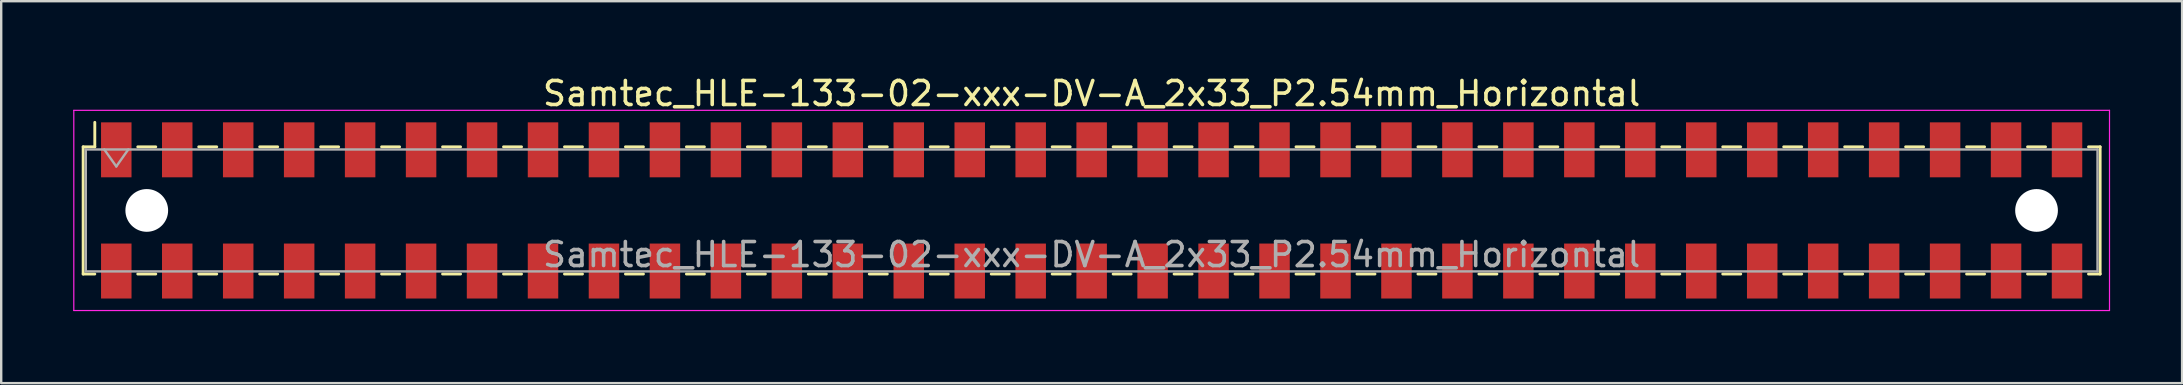
<source format=kicad_pcb>
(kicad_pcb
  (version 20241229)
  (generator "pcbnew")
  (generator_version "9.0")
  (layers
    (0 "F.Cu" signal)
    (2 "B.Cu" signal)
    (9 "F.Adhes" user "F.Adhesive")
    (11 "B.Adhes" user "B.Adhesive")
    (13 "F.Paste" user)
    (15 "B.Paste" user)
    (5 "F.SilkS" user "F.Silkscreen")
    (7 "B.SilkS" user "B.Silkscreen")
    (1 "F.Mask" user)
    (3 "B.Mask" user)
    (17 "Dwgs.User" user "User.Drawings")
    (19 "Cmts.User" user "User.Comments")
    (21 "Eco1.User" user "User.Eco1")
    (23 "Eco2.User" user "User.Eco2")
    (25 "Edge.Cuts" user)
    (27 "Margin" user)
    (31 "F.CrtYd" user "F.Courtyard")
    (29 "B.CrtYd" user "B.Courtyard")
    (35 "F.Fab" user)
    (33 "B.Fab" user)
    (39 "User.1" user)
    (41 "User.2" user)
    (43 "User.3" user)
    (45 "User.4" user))
  (footprint "Samtec_HLE-133-02-xxx-DV-A_2x33_P2.54mm_Horizontal"
    (layer "F.Cu")
    (at 42.435 5.718)
    (property "Reference" "Samtec_HLE-133-02-xxx-DV-A_2x33_P2.54mm_Horizontal" (at 0 -4.87 0) (layer "F.SilkS") (effects (font (size 1 1) (thickness 0.15))))
    (attr smd)
    (fp_line (start -42.02 -2.65) (end -42.02 2.65) (stroke (width 0.12) (type solid)) (layer "F.SilkS"))
    (fp_line (start -42.02 2.65) (end -41.535 2.65) (stroke (width 0.12) (type solid)) (layer "F.SilkS"))
    (fp_line (start -41.535 -3.67) (end -41.535 -2.65) (stroke (width 0.12) (type solid)) (layer "F.SilkS"))
    (fp_line (start -41.535 -2.65) (end -42.02 -2.65) (stroke (width 0.12) (type solid)) (layer "F.SilkS"))
    (fp_line (start -39.745 -2.65) (end -38.995 -2.65) (stroke (width 0.12) (type solid)) (layer "F.SilkS"))
    (fp_line (start -39.745 2.65) (end -38.995 2.65) (stroke (width 0.12) (type solid)) (layer "F.SilkS"))
    (fp_line (start -37.205 -2.65) (end -36.455 -2.65) (stroke (width 0.12) (type solid)) (layer "F.SilkS"))
    (fp_line (start -37.205 2.65) (end -36.455 2.65) (stroke (width 0.12) (type solid)) (layer "F.SilkS"))
    (fp_line (start -34.665 -2.65) (end -33.915 -2.65) (stroke (width 0.12) (type solid)) (layer "F.SilkS"))
    (fp_line (start -34.665 2.65) (end -33.915 2.65) (stroke (width 0.12) (type solid)) (layer "F.SilkS"))
    (fp_line (start -32.125 -2.65) (end -31.375 -2.65) (stroke (width 0.12) (type solid)) (layer "F.SilkS"))
    (fp_line (start -32.125 2.65) (end -31.375 2.65) (stroke (width 0.12) (type solid)) (layer "F.SilkS"))
    (fp_line (start -29.585 -2.65) (end -28.835 -2.65) (stroke (width 0.12) (type solid)) (layer "F.SilkS"))
    (fp_line (start -29.585 2.65) (end -28.835 2.65) (stroke (width 0.12) (type solid)) (layer "F.SilkS"))
    (fp_line (start -27.045 -2.65) (end -26.295 -2.65) (stroke (width 0.12) (type solid)) (layer "F.SilkS"))
    (fp_line (start -27.045 2.65) (end -26.295 2.65) (stroke (width 0.12) (type solid)) (layer "F.SilkS"))
    (fp_line (start -24.505 -2.65) (end -23.755 -2.65) (stroke (width 0.12) (type solid)) (layer "F.SilkS"))
    (fp_line (start -24.505 2.65) (end -23.755 2.65) (stroke (width 0.12) (type solid)) (layer "F.SilkS"))
    (fp_line (start -21.965 -2.65) (end -21.215 -2.65) (stroke (width 0.12) (type solid)) (layer "F.SilkS"))
    (fp_line (start -21.965 2.65) (end -21.215 2.65) (stroke (width 0.12) (type solid)) (layer "F.SilkS"))
    (fp_line (start -19.425 -2.65) (end -18.675 -2.65) (stroke (width 0.12) (type solid)) (layer "F.SilkS"))
    (fp_line (start -19.425 2.65) (end -18.675 2.65) (stroke (width 0.12) (type solid)) (layer "F.SilkS"))
    (fp_line (start -16.885 -2.65) (end -16.135 -2.65) (stroke (width 0.12) (type solid)) (layer "F.SilkS"))
    (fp_line (start -16.885 2.65) (end -16.135 2.65) (stroke (width 0.12) (type solid)) (layer "F.SilkS"))
    (fp_line (start -14.345 -2.65) (end -13.595 -2.65) (stroke (width 0.12) (type solid)) (layer "F.SilkS"))
    (fp_line (start -14.345 2.65) (end -13.595 2.65) (stroke (width 0.12) (type solid)) (layer "F.SilkS"))
    (fp_line (start -11.805 -2.65) (end -11.055 -2.65) (stroke (width 0.12) (type solid)) (layer "F.SilkS"))
    (fp_line (start -11.805 2.65) (end -11.055 2.65) (stroke (width 0.12) (type solid)) (layer "F.SilkS"))
    (fp_line (start -9.265 -2.65) (end -8.515 -2.65) (stroke (width 0.12) (type solid)) (layer "F.SilkS"))
    (fp_line (start -9.265 2.65) (end -8.515 2.65) (stroke (width 0.12) (type solid)) (layer "F.SilkS"))
    (fp_line (start -6.725 -2.65) (end -5.975 -2.65) (stroke (width 0.12) (type solid)) (layer "F.SilkS"))
    (fp_line (start -6.725 2.65) (end -5.975 2.65) (stroke (width 0.12) (type solid)) (layer "F.SilkS"))
    (fp_line (start -4.185 -2.65) (end -3.435 -2.65) (stroke (width 0.12) (type solid)) (layer "F.SilkS"))
    (fp_line (start -4.185 2.65) (end -3.435 2.65) (stroke (width 0.12) (type solid)) (layer "F.SilkS"))
    (fp_line (start -1.645 -2.65) (end -0.895 -2.65) (stroke (width 0.12) (type solid)) (layer "F.SilkS"))
    (fp_line (start -1.645 2.65) (end -0.895 2.65) (stroke (width 0.12) (type solid)) (layer "F.SilkS"))
    (fp_line (start 0.895 -2.65) (end 1.645 -2.65) (stroke (width 0.12) (type solid)) (layer "F.SilkS"))
    (fp_line (start 0.895 2.65) (end 1.645 2.65) (stroke (width 0.12) (type solid)) (layer "F.SilkS"))
    (fp_line (start 3.435 -2.65) (end 4.185 -2.65) (stroke (width 0.12) (type solid)) (layer "F.SilkS"))
    (fp_line (start 3.435 2.65) (end 4.185 2.65) (stroke (width 0.12) (type solid)) (layer "F.SilkS"))
    (fp_line (start 5.975 -2.65) (end 6.725 -2.65) (stroke (width 0.12) (type solid)) (layer "F.SilkS"))
    (fp_line (start 5.975 2.65) (end 6.725 2.65) (stroke (width 0.12) (type solid)) (layer "F.SilkS"))
    (fp_line (start 8.515 -2.65) (end 9.265 -2.65) (stroke (width 0.12) (type solid)) (layer "F.SilkS"))
    (fp_line (start 8.515 2.65) (end 9.265 2.65) (stroke (width 0.12) (type solid)) (layer "F.SilkS"))
    (fp_line (start 11.055 -2.65) (end 11.805 -2.65) (stroke (width 0.12) (type solid)) (layer "F.SilkS"))
    (fp_line (start 11.055 2.65) (end 11.805 2.65) (stroke (width 0.12) (type solid)) (layer "F.SilkS"))
    (fp_line (start 13.595 -2.65) (end 14.345 -2.65) (stroke (width 0.12) (type solid)) (layer "F.SilkS"))
    (fp_line (start 13.595 2.65) (end 14.345 2.65) (stroke (width 0.12) (type solid)) (layer "F.SilkS"))
    (fp_line (start 16.135 -2.65) (end 16.885 -2.65) (stroke (width 0.12) (type solid)) (layer "F.SilkS"))
    (fp_line (start 16.135 2.65) (end 16.885 2.65) (stroke (width 0.12) (type solid)) (layer "F.SilkS"))
    (fp_line (start 18.675 -2.65) (end 19.425 -2.65) (stroke (width 0.12) (type solid)) (layer "F.SilkS"))
    (fp_line (start 18.675 2.65) (end 19.425 2.65) (stroke (width 0.12) (type solid)) (layer "F.SilkS"))
    (fp_line (start 21.215 -2.65) (end 21.965 -2.65) (stroke (width 0.12) (type solid)) (layer "F.SilkS"))
    (fp_line (start 21.215 2.65) (end 21.965 2.65) (stroke (width 0.12) (type solid)) (layer "F.SilkS"))
    (fp_line (start 23.755 -2.65) (end 24.505 -2.65) (stroke (width 0.12) (type solid)) (layer "F.SilkS"))
    (fp_line (start 23.755 2.65) (end 24.505 2.65) (stroke (width 0.12) (type solid)) (layer "F.SilkS"))
    (fp_line (start 26.295 -2.65) (end 27.045 -2.65) (stroke (width 0.12) (type solid)) (layer "F.SilkS"))
    (fp_line (start 26.295 2.65) (end 27.045 2.65) (stroke (width 0.12) (type solid)) (layer "F.SilkS"))
    (fp_line (start 28.835 -2.65) (end 29.585 -2.65) (stroke (width 0.12) (type solid)) (layer "F.SilkS"))
    (fp_line (start 28.835 2.65) (end 29.585 2.65) (stroke (width 0.12) (type solid)) (layer "F.SilkS"))
    (fp_line (start 31.375 -2.65) (end 32.125 -2.65) (stroke (width 0.12) (type solid)) (layer "F.SilkS"))
    (fp_line (start 31.375 2.65) (end 32.125 2.65) (stroke (width 0.12) (type solid)) (layer "F.SilkS"))
    (fp_line (start 33.915 -2.65) (end 34.665 -2.65) (stroke (width 0.12) (type solid)) (layer "F.SilkS"))
    (fp_line (start 33.915 2.65) (end 34.665 2.65) (stroke (width 0.12) (type solid)) (layer "F.SilkS"))
    (fp_line (start 36.455 -2.65) (end 37.205 -2.65) (stroke (width 0.12) (type solid)) (layer "F.SilkS"))
    (fp_line (start 36.455 2.65) (end 37.205 2.65) (stroke (width 0.12) (type solid)) (layer "F.SilkS"))
    (fp_line (start 38.995 -2.65) (end 39.745 -2.65) (stroke (width 0.12) (type solid)) (layer "F.SilkS"))
    (fp_line (start 38.995 2.65) (end 39.745 2.65) (stroke (width 0.12) (type solid)) (layer "F.SilkS"))
    (fp_line (start 41.535 -2.65) (end 42.02 -2.65) (stroke (width 0.12) (type solid)) (layer "F.SilkS"))
    (fp_line (start 42.02 -2.65) (end 42.02 2.65) (stroke (width 0.12) (type solid)) (layer "F.SilkS"))
    (fp_line (start 42.02 2.65) (end 41.535 2.65) (stroke (width 0.12) (type solid)) (layer "F.SilkS"))
    (fp_line (start -42.41 -4.17) (end 42.41 -4.17) (stroke (width 0.05) (type solid)) (layer "F.CrtYd"))
    (fp_line (start -42.41 4.17) (end -42.41 -4.17) (stroke (width 0.05) (type solid)) (layer "F.CrtYd"))
    (fp_line (start 42.41 -4.17) (end 42.41 4.17) (stroke (width 0.05) (type solid)) (layer "F.CrtYd"))
    (fp_line (start 42.41 4.17) (end -42.41 4.17) (stroke (width 0.05) (type solid)) (layer "F.CrtYd"))
    (fp_line (start -41.91 -2.54) (end 41.91 -2.54) (stroke (width 0.1) (type solid)) (layer "F.Fab"))
    (fp_line (start -41.91 2.54) (end -41.91 -2.54) (stroke (width 0.1) (type solid)) (layer "F.Fab"))
    (fp_line (start -41.14 -2.54) (end -40.64 -1.833) (stroke (width 0.1) (type solid)) (layer "F.Fab"))
    (fp_line (start -40.64 -1.833) (end -40.14 -2.54) (stroke (width 0.1) (type solid)) (layer "F.Fab"))
    (fp_line (start 41.91 -2.54) (end 41.91 2.54) (stroke (width 0.1) (type solid)) (layer "F.Fab"))
    (fp_line (start 41.91 2.54) (end -41.91 2.54) (stroke (width 0.1) (type solid)) (layer "F.Fab"))
    (fp_text user "${REFERENCE}" (at 0 1.84 0) (layer "F.Fab") (effects (font (size 1 1) (thickness 0.15))))
    (pad "" np_thru_hole circle (at -39.37 0) (size 1.78 1.78) (drill 1.78) (layers "*.Cu" "*.Mask"))
    (pad "" np_thru_hole circle (at 39.37 0) (size 1.78 1.78) (drill 1.78) (layers "*.Cu" "*.Mask"))
    (pad "1" smd rect (at -40.64 -2.525) (size 1.27 2.29) (layers "F.Cu" "F.Mask" "F.Paste"))
    (pad "2" smd rect (at -40.64 2.525) (size 1.27 2.29) (layers "F.Cu" "F.Mask" "F.Paste"))
    (pad "3" smd rect (at -38.1 -2.525) (size 1.27 2.29) (layers "F.Cu" "F.Mask" "F.Paste"))
    (pad "4" smd rect (at -38.1 2.525) (size 1.27 2.29) (layers "F.Cu" "F.Mask" "F.Paste"))
    (pad "5" smd rect (at -35.56 -2.525) (size 1.27 2.29) (layers "F.Cu" "F.Mask" "F.Paste"))
    (pad "6" smd rect (at -35.56 2.525) (size 1.27 2.29) (layers "F.Cu" "F.Mask" "F.Paste"))
    (pad "7" smd rect (at -33.02 -2.525) (size 1.27 2.29) (layers "F.Cu" "F.Mask" "F.Paste"))
    (pad "8" smd rect (at -33.02 2.525) (size 1.27 2.29) (layers "F.Cu" "F.Mask" "F.Paste"))
    (pad "9" smd rect (at -30.48 -2.525) (size 1.27 2.29) (layers "F.Cu" "F.Mask" "F.Paste"))
    (pad "10" smd rect (at -30.48 2.525) (size 1.27 2.29) (layers "F.Cu" "F.Mask" "F.Paste"))
    (pad "11" smd rect (at -27.94 -2.525) (size 1.27 2.29) (layers "F.Cu" "F.Mask" "F.Paste"))
    (pad "12" smd rect (at -27.94 2.525) (size 1.27 2.29) (layers "F.Cu" "F.Mask" "F.Paste"))
    (pad "13" smd rect (at -25.4 -2.525) (size 1.27 2.29) (layers "F.Cu" "F.Mask" "F.Paste"))
    (pad "14" smd rect (at -25.4 2.525) (size 1.27 2.29) (layers "F.Cu" "F.Mask" "F.Paste"))
    (pad "15" smd rect (at -22.86 -2.525) (size 1.27 2.29) (layers "F.Cu" "F.Mask" "F.Paste"))
    (pad "16" smd rect (at -22.86 2.525) (size 1.27 2.29) (layers "F.Cu" "F.Mask" "F.Paste"))
    (pad "17" smd rect (at -20.32 -2.525) (size 1.27 2.29) (layers "F.Cu" "F.Mask" "F.Paste"))
    (pad "18" smd rect (at -20.32 2.525) (size 1.27 2.29) (layers "F.Cu" "F.Mask" "F.Paste"))
    (pad "19" smd rect (at -17.78 -2.525) (size 1.27 2.29) (layers "F.Cu" "F.Mask" "F.Paste"))
    (pad "20" smd rect (at -17.78 2.525) (size 1.27 2.29) (layers "F.Cu" "F.Mask" "F.Paste"))
    (pad "21" smd rect (at -15.24 -2.525) (size 1.27 2.29) (layers "F.Cu" "F.Mask" "F.Paste"))
    (pad "22" smd rect (at -15.24 2.525) (size 1.27 2.29) (layers "F.Cu" "F.Mask" "F.Paste"))
    (pad "23" smd rect (at -12.7 -2.525) (size 1.27 2.29) (layers "F.Cu" "F.Mask" "F.Paste"))
    (pad "24" smd rect (at -12.7 2.525) (size 1.27 2.29) (layers "F.Cu" "F.Mask" "F.Paste"))
    (pad "25" smd rect (at -10.16 -2.525) (size 1.27 2.29) (layers "F.Cu" "F.Mask" "F.Paste"))
    (pad "26" smd rect (at -10.16 2.525) (size 1.27 2.29) (layers "F.Cu" "F.Mask" "F.Paste"))
    (pad "27" smd rect (at -7.62 -2.525) (size 1.27 2.29) (layers "F.Cu" "F.Mask" "F.Paste"))
    (pad "28" smd rect (at -7.62 2.525) (size 1.27 2.29) (layers "F.Cu" "F.Mask" "F.Paste"))
    (pad "29" smd rect (at -5.08 -2.525) (size 1.27 2.29) (layers "F.Cu" "F.Mask" "F.Paste"))
    (pad "30" smd rect (at -5.08 2.525) (size 1.27 2.29) (layers "F.Cu" "F.Mask" "F.Paste"))
    (pad "31" smd rect (at -2.54 -2.525) (size 1.27 2.29) (layers "F.Cu" "F.Mask" "F.Paste"))
    (pad "32" smd rect (at -2.54 2.525) (size 1.27 2.29) (layers "F.Cu" "F.Mask" "F.Paste"))
    (pad "33" smd rect (at 0 -2.525) (size 1.27 2.29) (layers "F.Cu" "F.Mask" "F.Paste"))
    (pad "34" smd rect (at 0 2.525) (size 1.27 2.29) (layers "F.Cu" "F.Mask" "F.Paste"))
    (pad "35" smd rect (at 2.54 -2.525) (size 1.27 2.29) (layers "F.Cu" "F.Mask" "F.Paste"))
    (pad "36" smd rect (at 2.54 2.525) (size 1.27 2.29) (layers "F.Cu" "F.Mask" "F.Paste"))
    (pad "37" smd rect (at 5.08 -2.525) (size 1.27 2.29) (layers "F.Cu" "F.Mask" "F.Paste"))
    (pad "38" smd rect (at 5.08 2.525) (size 1.27 2.29) (layers "F.Cu" "F.Mask" "F.Paste"))
    (pad "39" smd rect (at 7.62 -2.525) (size 1.27 2.29) (layers "F.Cu" "F.Mask" "F.Paste"))
    (pad "40" smd rect (at 7.62 2.525) (size 1.27 2.29) (layers "F.Cu" "F.Mask" "F.Paste"))
    (pad "41" smd rect (at 10.16 -2.525) (size 1.27 2.29) (layers "F.Cu" "F.Mask" "F.Paste"))
    (pad "42" smd rect (at 10.16 2.525) (size 1.27 2.29) (layers "F.Cu" "F.Mask" "F.Paste"))
    (pad "43" smd rect (at 12.7 -2.525) (size 1.27 2.29) (layers "F.Cu" "F.Mask" "F.Paste"))
    (pad "44" smd rect (at 12.7 2.525) (size 1.27 2.29) (layers "F.Cu" "F.Mask" "F.Paste"))
    (pad "45" smd rect (at 15.24 -2.525) (size 1.27 2.29) (layers "F.Cu" "F.Mask" "F.Paste"))
    (pad "46" smd rect (at 15.24 2.525) (size 1.27 2.29) (layers "F.Cu" "F.Mask" "F.Paste"))
    (pad "47" smd rect (at 17.78 -2.525) (size 1.27 2.29) (layers "F.Cu" "F.Mask" "F.Paste"))
    (pad "48" smd rect (at 17.78 2.525) (size 1.27 2.29) (layers "F.Cu" "F.Mask" "F.Paste"))
    (pad "49" smd rect (at 20.32 -2.525) (size 1.27 2.29) (layers "F.Cu" "F.Mask" "F.Paste"))
    (pad "50" smd rect (at 20.32 2.525) (size 1.27 2.29) (layers "F.Cu" "F.Mask" "F.Paste"))
    (pad "51" smd rect (at 22.86 -2.525) (size 1.27 2.29) (layers "F.Cu" "F.Mask" "F.Paste"))
    (pad "52" smd rect (at 22.86 2.525) (size 1.27 2.29) (layers "F.Cu" "F.Mask" "F.Paste"))
    (pad "53" smd rect (at 25.4 -2.525) (size 1.27 2.29) (layers "F.Cu" "F.Mask" "F.Paste"))
    (pad "54" smd rect (at 25.4 2.525) (size 1.27 2.29) (layers "F.Cu" "F.Mask" "F.Paste"))
    (pad "55" smd rect (at 27.94 -2.525) (size 1.27 2.29) (layers "F.Cu" "F.Mask" "F.Paste"))
    (pad "56" smd rect (at 27.94 2.525) (size 1.27 2.29) (layers "F.Cu" "F.Mask" "F.Paste"))
    (pad "57" smd rect (at 30.48 -2.525) (size 1.27 2.29) (layers "F.Cu" "F.Mask" "F.Paste"))
    (pad "58" smd rect (at 30.48 2.525) (size 1.27 2.29) (layers "F.Cu" "F.Mask" "F.Paste"))
    (pad "59" smd rect (at 33.02 -2.525) (size 1.27 2.29) (layers "F.Cu" "F.Mask" "F.Paste"))
    (pad "60" smd rect (at 33.02 2.525) (size 1.27 2.29) (layers "F.Cu" "F.Mask" "F.Paste"))
    (pad "61" smd rect (at 35.56 -2.525) (size 1.27 2.29) (layers "F.Cu" "F.Mask" "F.Paste"))
    (pad "62" smd rect (at 35.56 2.525) (size 1.27 2.29) (layers "F.Cu" "F.Mask" "F.Paste"))
    (pad "63" smd rect (at 38.1 -2.525) (size 1.27 2.29) (layers "F.Cu" "F.Mask" "F.Paste"))
    (pad "64" smd rect (at 38.1 2.525) (size 1.27 2.29) (layers "F.Cu" "F.Mask" "F.Paste"))
    (pad "65" smd rect (at 40.64 -2.525) (size 1.27 2.29) (layers "F.Cu" "F.Mask" "F.Paste"))
    (pad "66" smd rect (at 40.64 2.525) (size 1.27 2.29) (layers "F.Cu" "F.Mask" "F.Paste")))
  (gr_rect
    (start -3 -3)
    (end 87.87 12.913)
    (stroke (width 0.1) (type default))
    (fill no)
    (layer "Edge.Cuts")))
</source>
